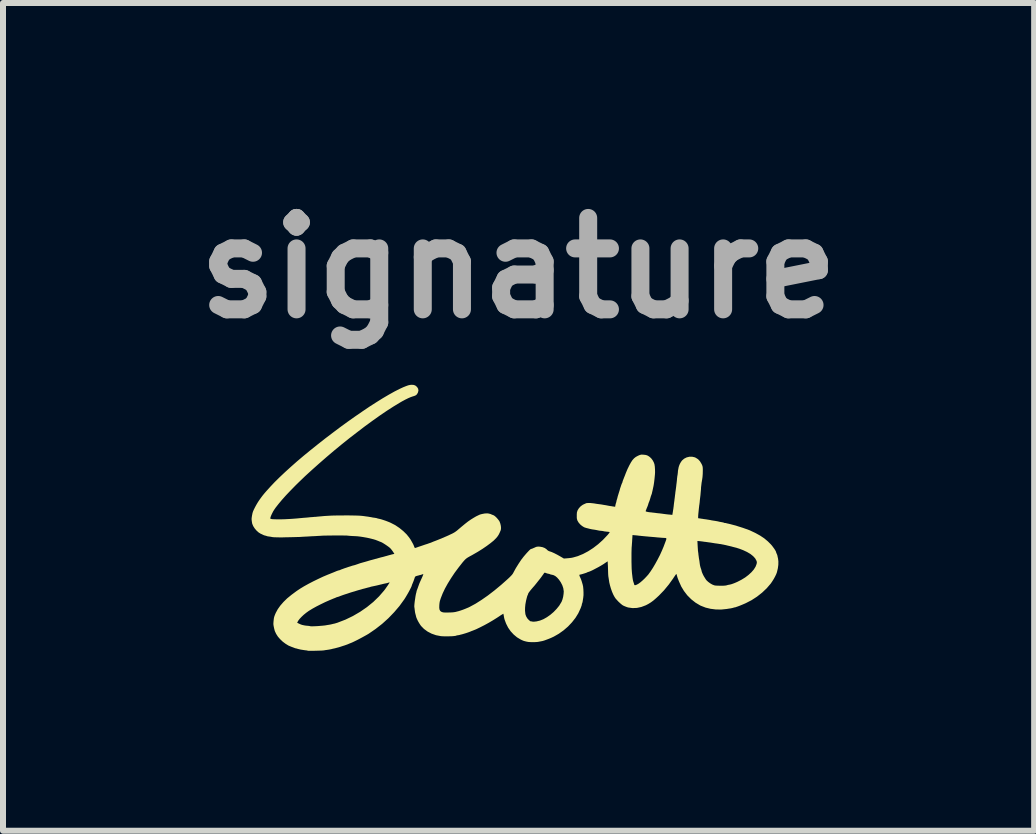
<source format=kicad_pcb>
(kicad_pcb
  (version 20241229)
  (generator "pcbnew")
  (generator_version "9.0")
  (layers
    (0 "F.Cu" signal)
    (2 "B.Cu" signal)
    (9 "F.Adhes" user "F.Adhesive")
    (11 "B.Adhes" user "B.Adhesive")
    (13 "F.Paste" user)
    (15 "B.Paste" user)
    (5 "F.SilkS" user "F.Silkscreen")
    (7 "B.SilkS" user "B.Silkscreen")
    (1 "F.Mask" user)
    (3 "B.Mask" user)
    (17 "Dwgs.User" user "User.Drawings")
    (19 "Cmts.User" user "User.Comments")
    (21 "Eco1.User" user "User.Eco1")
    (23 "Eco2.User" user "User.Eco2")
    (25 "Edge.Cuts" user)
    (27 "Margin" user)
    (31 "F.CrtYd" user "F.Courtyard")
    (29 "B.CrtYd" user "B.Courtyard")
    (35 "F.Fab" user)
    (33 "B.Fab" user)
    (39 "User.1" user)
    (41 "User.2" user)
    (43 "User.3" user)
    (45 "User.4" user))
  (footprint "signature"
    (layer "F.Cu")
    (at 5.595 5.718)
    (property "Reference" "signature" (at 0 -4.3 0) (layer "F.Fab") (effects (font (size 1.524 1.524) (thickness 0.3))))
    (attr board_only exclude_from_pos_files exclude_from_bom)
    (fp_poly (pts (xy -1.745 -2.35) (xy -1.718 -2.339) (xy -1.695 -2.319) (xy -1.691 -2.315) (xy -1.674 -2.287) (xy -1.669 -2.257) (xy -1.677 -2.225) (xy -1.68 -2.219) (xy -1.693 -2.196) (xy -1.709 -2.18) (xy -1.732 -2.169) (xy -1.763 -2.159) (xy -1.764 -2.159) (xy -1.796 -2.148) (xy -1.838 -2.13) (xy -1.887 -2.106) (xy -1.943 -2.076) (xy -1.984 -2.052) (xy -2.086 -1.99) (xy -2.195 -1.92) (xy -2.31 -1.842) (xy -2.431 -1.756) (xy -2.556 -1.665) (xy -2.683 -1.568) (xy -2.813 -1.468) (xy -2.943 -1.364) (xy -3.072 -1.258) (xy -3.199 -1.15) (xy -3.323 -1.042) (xy -3.443 -0.935) (xy -3.558 -0.83) (xy -3.666 -0.726) (xy -3.718 -0.675) (xy -3.803 -0.588) (xy -3.879 -0.508) (xy -3.944 -0.435) (xy -4 -0.368) (xy -4.048 -0.307) (xy -4.073 -0.271) (xy -4.09 -0.244) (xy -4.105 -0.215) (xy -4.119 -0.186) (xy -4.13 -0.16) (xy -4.137 -0.138) (xy -4.139 -0.124) (xy -4.136 -0.119) (xy -4.126 -0.117) (xy -4.114 -0.114) (xy -4.098 -0.112) (xy -4.072 -0.111) (xy -4.037 -0.11) (xy -3.997 -0.11) (xy -3.953 -0.11) (xy -3.909 -0.111) (xy -3.868 -0.113) (xy -3.83 -0.115) (xy -3.83 -0.115) (xy -3.794 -0.117) (xy -3.764 -0.119) (xy -3.738 -0.121) (xy -3.713 -0.123) (xy -3.688 -0.125) (xy -3.659 -0.128) (xy -3.625 -0.131) (xy -3.583 -0.135) (xy -3.53 -0.139) (xy -3.509 -0.141) (xy -3.474 -0.145) (xy -3.442 -0.147) (xy -3.418 -0.149) (xy -3.403 -0.151) (xy -3.4 -0.151) (xy -3.388 -0.151) (xy -3.368 -0.153) (xy -3.35 -0.155) (xy -3.291 -0.16) (xy -3.238 -0.165) (xy -3.187 -0.168) (xy -3.137 -0.171) (xy -3.083 -0.173) (xy -3.024 -0.174) (xy -2.957 -0.174) (xy -2.9 -0.175) (xy -2.83 -0.175) (xy -2.771 -0.174) (xy -2.721 -0.173) (xy -2.678 -0.172) (xy -2.641 -0.17) (xy -2.606 -0.167) (xy -2.573 -0.163) (xy -2.539 -0.158) (xy -2.523 -0.156) (xy -2.502 -0.153) (xy -2.48 -0.149) (xy -2.459 -0.146) (xy -2.441 -0.142) (xy -2.441 -0.142) (xy -2.424 -0.139) (xy -2.401 -0.136) (xy -2.395 -0.135) (xy -2.376 -0.132) (xy -2.363 -0.129) (xy -2.36 -0.128) (xy -2.353 -0.125) (xy -2.34 -0.122) (xy -2.318 -0.117) (xy -2.308 -0.115) (xy -2.286 -0.109) (xy -2.255 -0.099) (xy -2.219 -0.087) (xy -2.182 -0.073) (xy -2.147 -0.059) (xy -2.128 -0.05) (xy -2.056 -0.013) (xy -1.986 0.034) (xy -1.922 0.086) (xy -1.865 0.142) (xy -1.824 0.193) (xy -1.799 0.229) (xy -1.777 0.268) (xy -1.757 0.304) (xy -1.743 0.336) (xy -1.74 0.346) (xy -1.733 0.362) (xy -1.726 0.368) (xy -1.721 0.367) (xy -1.711 0.364) (xy -1.691 0.357) (xy -1.663 0.347) (xy -1.629 0.336) (xy -1.594 0.324) (xy -1.556 0.311) (xy -1.521 0.3) (xy -1.491 0.289) (xy -1.469 0.282) (xy -1.459 0.278) (xy -1.446 0.273) (xy -1.435 0.268) (xy -1.421 0.262) (xy -1.402 0.255) (xy -1.376 0.245) (xy -1.343 0.232) (xy -1.314 0.22) (xy -1.29 0.211) (xy -1.27 0.202) (xy -1.25 0.194) (xy -1.228 0.184) (xy -1.2 0.172) (xy -1.164 0.156) (xy -1.148 0.148) (xy -1.105 0.128) (xy -1.072 0.11) (xy -1.045 0.092) (xy -1.019 0.072) (xy -1.016 0.069) (xy -0.951 0.014) (xy -0.893 -0.034) (xy -0.842 -0.074) (xy -0.794 -0.107) (xy -0.749 -0.135) (xy -0.706 -0.16) (xy -0.662 -0.181) (xy -0.652 -0.186) (xy -0.628 -0.194) (xy -0.597 -0.201) (xy -0.564 -0.207) (xy -0.534 -0.209) (xy -0.513 -0.209) (xy -0.493 -0.205) (xy -0.472 -0.2) (xy -0.456 -0.194) (xy -0.453 -0.192) (xy -0.442 -0.187) (xy -0.427 -0.182) (xy -0.409 -0.174) (xy -0.387 -0.157) (xy -0.363 -0.134) (xy -0.341 -0.108) (xy -0.322 -0.083) (xy -0.315 -0.069) (xy -0.303 -0.036) (xy -0.295 0.000097) (xy -0.292 0.035) (xy -0.295 0.064) (xy -0.298 0.074) (xy -0.316 0.116) (xy -0.332 0.148) (xy -0.35 0.175) (xy -0.371 0.201) (xy -0.375 0.205) (xy -0.415 0.245) (xy -0.468 0.288) (xy -0.53 0.334) (xy -0.6 0.382) (xy -0.678 0.431) (xy -0.763 0.48) (xy -0.779 0.489) (xy -0.816 0.509) (xy -0.844 0.525) (xy -0.865 0.539) (xy -0.881 0.552) (xy -0.896 0.566) (xy -0.911 0.583) (xy -0.928 0.602) (xy -0.998 0.691) (xy -1.065 0.781) (xy -1.125 0.871) (xy -1.18 0.96) (xy -1.227 1.045) (xy -1.265 1.125) (xy -1.294 1.199) (xy -1.297 1.207) (xy -1.306 1.235) (xy -1.312 1.254) (xy -1.315 1.27) (xy -1.318 1.288) (xy -1.32 1.311) (xy -1.321 1.324) (xy -1.322 1.364) (xy -1.318 1.393) (xy -1.308 1.414) (xy -1.292 1.429) (xy -1.267 1.439) (xy -1.263 1.44) (xy -1.246 1.443) (xy -1.218 1.444) (xy -1.184 1.444) (xy -1.148 1.443) (xy -1.112 1.442) (xy -1.08 1.439) (xy -1.056 1.435) (xy -1.045 1.433) (xy -1.031 1.429) (xy -1.019 1.426) (xy -0.999 1.421) (xy -0.974 1.413) (xy 0.108 1.413) (xy 0.113 1.46) (xy 0.115 1.474) (xy 0.127 1.508) (xy 0.147 1.542) (xy 0.172 1.569) (xy 0.174 1.571) (xy 0.189 1.583) (xy 0.2 1.591) (xy 0.203 1.591) (xy 0.211 1.591) (xy 0.223 1.593) (xy 0.236 1.596) (xy 0.251 1.597) (xy 0.272 1.595) (xy 0.301 1.592) (xy 0.304 1.591) (xy 0.358 1.578) (xy 0.415 1.555) (xy 0.473 1.522) (xy 0.53 1.482) (xy 0.585 1.435) (xy 0.634 1.384) (xy 0.678 1.33) (xy 0.712 1.274) (xy 0.717 1.266) (xy 0.732 1.227) (xy 0.744 1.181) (xy 0.751 1.133) (xy 0.754 1.088) (xy 0.753 1.086) (xy 0.746 1.038) (xy 0.729 0.988) (xy 0.703 0.938) (xy 0.674 0.896) (xy 0.642 0.86) (xy 0.613 0.836) (xy 0.584 0.821) (xy 0.566 0.816) (xy 0.546 0.812) (xy 0.531 0.808) (xy 0.528 0.807) (xy 0.514 0.801) (xy 0.496 0.797) (xy 0.474 0.792) (xy 0.454 0.784) (xy 0.441 0.78) (xy 0.432 0.78) (xy 0.424 0.789) (xy 0.414 0.805) (xy 0.4 0.824) (xy 0.38 0.852) (xy 0.355 0.885) (xy 0.326 0.921) (xy 0.296 0.959) (xy 0.266 0.996) (xy 0.237 1.029) (xy 0.214 1.056) (xy 0.194 1.08) (xy 0.177 1.103) (xy 0.165 1.12) (xy 0.161 1.129) (xy 0.156 1.145) (xy 0.152 1.154) (xy 0.149 1.16) (xy 0.145 1.17) (xy 0.14 1.188) (xy 0.133 1.215) (xy 0.124 1.252) (xy 0.123 1.259) (xy 0.114 1.308) (xy 0.109 1.361) (xy 0.108 1.413) (xy -0.974 1.413) (xy -0.97 1.412) (xy -0.935 1.4) (xy -0.898 1.386) (xy -0.862 1.371) (xy -0.831 1.358) (xy -0.813 1.349) (xy -0.717 1.297) (xy -0.616 1.233) (xy -0.51 1.159) (xy -0.402 1.076) (xy -0.291 0.984) (xy -0.193 0.897) (xy -0.158 0.865) (xy -0.132 0.839) (xy -0.112 0.818) (xy -0.098 0.8) (xy -0.087 0.782) (xy -0.085 0.777) (xy -0.045 0.704) (xy 0.001 0.63) (xy 0.047 0.561) (xy 0.057 0.549) (xy 0.081 0.517) (xy 0.108 0.485) (xy 0.134 0.455) (xy 0.159 0.428) (xy 0.18 0.406) (xy 0.197 0.391) (xy 0.208 0.384) (xy 0.209 0.384) (xy 0.223 0.381) (xy 0.23 0.378) (xy 0.245 0.371) (xy 0.26 0.365) (xy 0.279 0.356) (xy 0.294 0.35) (xy 0.31 0.346) (xy 0.335 0.345) (xy 0.356 0.346) (xy 0.4 0.354) (xy 0.438 0.369) (xy 0.469 0.391) (xy 0.478 0.401) (xy 0.493 0.413) (xy 0.512 0.422) (xy 0.516 0.423) (xy 0.551 0.435) (xy 0.594 0.454) (xy 0.643 0.479) (xy 0.693 0.507) (xy 0.756 0.544) (xy 0.806 0.54) (xy 0.84 0.537) (xy 0.865 0.534) (xy 0.887 0.531) (xy 0.91 0.526) (xy 0.991 0.503) (xy 1.004 0.497) (xy 1.883 0.497) (xy 1.883 0.547) (xy 1.883 0.596) (xy 1.884 0.643) (xy 1.885 0.685) (xy 1.886 0.719) (xy 1.888 0.743) (xy 1.888 0.744) (xy 1.89 0.773) (xy 1.893 0.803) (xy 1.895 0.817) (xy 1.9 0.861) (xy 1.905 0.894) (xy 1.911 0.921) (xy 1.918 0.943) (xy 1.923 0.957) (xy 1.925 0.966) (xy 1.925 0.966) (xy 1.927 0.974) (xy 1.929 0.98) (xy 1.937 0.988) (xy 1.954 0.987) (xy 1.98 0.975) (xy 2.001 0.963) (xy 2.031 0.941) (xy 2.066 0.911) (xy 2.102 0.877) (xy 2.136 0.841) (xy 2.163 0.811) (xy 2.2 0.76) (xy 2.24 0.699) (xy 2.28 0.631) (xy 2.32 0.558) (xy 2.358 0.484) (xy 2.391 0.411) (xy 2.42 0.342) (xy 2.423 0.334) (xy 2.431 0.312) (xy 2.441 0.286) (xy 2.447 0.27) (xy 2.454 0.251) (xy 2.982 0.251) (xy 2.986 0.331) (xy 2.988 0.364) (xy 2.99 0.392) (xy 2.991 0.414) (xy 2.993 0.426) (xy 2.995 0.44) (xy 2.998 0.462) (xy 2.999 0.476) (xy 3.003 0.506) (xy 3.007 0.537) (xy 3.009 0.549) (xy 3.014 0.576) (xy 3.018 0.604) (xy 3.019 0.615) (xy 3.022 0.637) (xy 3.025 0.656) (xy 3.026 0.66) (xy 3.03 0.677) (xy 3.032 0.686) (xy 3.037 0.701) (xy 3.042 0.716) (xy 3.049 0.737) (xy 3.052 0.753) (xy 3.059 0.775) (xy 3.071 0.803) (xy 3.087 0.835) (xy 3.106 0.866) (xy 3.123 0.893) (xy 3.135 0.908) (xy 3.162 0.933) (xy 3.195 0.957) (xy 3.229 0.977) (xy 3.262 0.99) (xy 3.271 0.992) (xy 3.289 0.995) (xy 3.317 0.996) (xy 3.348 0.997) (xy 3.382 0.997) (xy 3.414 0.997) (xy 3.44 0.995) (xy 3.459 0.993) (xy 3.463 0.992) (xy 3.48 0.987) (xy 3.496 0.983) (xy 3.524 0.978) (xy 3.548 0.972) (xy 3.571 0.964) (xy 3.598 0.954) (xy 3.631 0.94) (xy 3.651 0.931) (xy 3.717 0.897) (xy 3.779 0.859) (xy 3.834 0.817) (xy 3.883 0.772) (xy 3.922 0.727) (xy 3.951 0.681) (xy 3.966 0.643) (xy 3.972 0.621) (xy 3.973 0.606) (xy 3.97 0.59) (xy 3.966 0.579) (xy 3.945 0.541) (xy 3.911 0.504) (xy 3.866 0.468) (xy 3.81 0.435) (xy 3.744 0.404) (xy 3.681 0.38) (xy 3.655 0.372) (xy 3.634 0.365) (xy 3.62 0.361) (xy 3.618 0.361) (xy 3.606 0.358) (xy 3.587 0.353) (xy 3.578 0.351) (xy 3.561 0.346) (xy 3.549 0.343) (xy 3.547 0.342) (xy 3.541 0.341) (xy 3.525 0.337) (xy 3.508 0.333) (xy 3.478 0.326) (xy 3.458 0.321) (xy 3.445 0.318) (xy 3.434 0.316) (xy 3.426 0.314) (xy 3.406 0.31) (xy 3.393 0.308) (xy 3.376 0.304) (xy 3.354 0.301) (xy 3.35 0.301) (xy 3.334 0.298) (xy 3.307 0.294) (xy 3.275 0.29) (xy 3.24 0.284) (xy 3.238 0.284) (xy 3.203 0.278) (xy 3.17 0.274) (xy 3.144 0.27) (xy 3.126 0.268) (xy 3.125 0.267) (xy 3.102 0.265) (xy 3.081 0.262) (xy 3.079 0.261) (xy 3.061 0.259) (xy 3.037 0.256) (xy 3.02 0.254) (xy 2.982 0.251) (xy 2.454 0.251) (xy 2.458 0.24) (xy 2.464 0.221) (xy 2.464 0.209) (xy 2.459 0.203) (xy 2.449 0.201) (xy 2.449 0.201) (xy 2.433 0.2) (xy 2.41 0.199) (xy 2.383 0.197) (xy 2.381 0.197) (xy 2.347 0.194) (xy 2.309 0.191) (xy 2.282 0.188) (xy 2.257 0.186) (xy 2.223 0.183) (xy 2.184 0.18) (xy 2.143 0.176) (xy 2.13 0.175) (xy 2.088 0.171) (xy 2.056 0.168) (xy 2.03 0.165) (xy 2.007 0.163) (xy 1.984 0.16) (xy 1.956 0.157) (xy 1.94 0.156) (xy 1.9 0.152) (xy 1.895 0.23) (xy 1.893 0.266) (xy 1.89 0.303) (xy 1.888 0.336) (xy 1.886 0.354) (xy 1.885 0.376) (xy 1.884 0.41) (xy 1.883 0.451) (xy 1.883 0.497) (xy 1.004 0.497) (xy 1.075 0.468) (xy 1.16 0.423) (xy 1.245 0.368) (xy 1.327 0.305) (xy 1.406 0.234) (xy 1.479 0.157) (xy 1.491 0.144) (xy 1.506 0.125) (xy 1.516 0.111) (xy 1.52 0.103) (xy 1.52 0.103) (xy 1.513 0.101) (xy 1.496 0.098) (xy 1.472 0.096) (xy 1.471 0.096) (xy 1.448 0.093) (xy 1.43 0.091) (xy 1.422 0.089) (xy 1.422 0.089) (xy 1.413 0.087) (xy 1.396 0.084) (xy 1.378 0.082) (xy 1.355 0.08) (xy 1.337 0.077) (xy 1.328 0.075) (xy 1.294 0.068) (xy 1.26 0.062) (xy 1.23 0.058) (xy 1.195 0.051) (xy 1.16 0.042) (xy 1.128 0.034) (xy 1.103 0.026) (xy 1.093 0.022) (xy 1.059 0.001) (xy 1.027 -0.026) (xy 1 -0.058) (xy 0.981 -0.091) (xy 0.973 -0.119) (xy 0.971 -0.139) (xy 0.971 -0.167) (xy 0.971 -0.195) (xy 0.973 -0.218) (xy 0.973 -0.225) (xy 0.985 -0.261) (xy 1.007 -0.296) (xy 1.037 -0.328) (xy 1.072 -0.353) (xy 1.089 -0.361) (xy 1.109 -0.37) (xy 1.126 -0.378) (xy 1.129 -0.379) (xy 1.142 -0.381) (xy 1.165 -0.382) (xy 1.194 -0.382) (xy 1.224 -0.379) (xy 1.252 -0.376) (xy 1.26 -0.375) (xy 1.295 -0.369) (xy 1.338 -0.363) (xy 1.363 -0.36) (xy 1.384 -0.357) (xy 1.412 -0.352) (xy 1.442 -0.347) (xy 1.445 -0.347) (xy 1.481 -0.34) (xy 1.507 -0.335) (xy 1.531 -0.331) (xy 1.554 -0.328) (xy 1.556 -0.327) (xy 1.577 -0.324) (xy 1.595 -0.321) (xy 1.609 -0.32) (xy 1.612 -0.325) (xy 1.615 -0.347) (xy 1.621 -0.37) (xy 1.626 -0.388) (xy 1.628 -0.392) (xy 1.632 -0.401) (xy 1.631 -0.403) (xy 1.631 -0.409) (xy 1.635 -0.424) (xy 1.638 -0.435) (xy 1.645 -0.457) (xy 1.65 -0.477) (xy 1.651 -0.482) (xy 1.655 -0.497) (xy 1.662 -0.519) (xy 1.668 -0.539) (xy 1.675 -0.561) (xy 1.681 -0.58) (xy 1.684 -0.589) (xy 1.688 -0.604) (xy 1.694 -0.627) (xy 1.703 -0.652) (xy 1.711 -0.677) (xy 1.719 -0.699) (xy 1.725 -0.713) (xy 1.727 -0.717) (xy 1.733 -0.729) (xy 1.733 -0.733) (xy 1.736 -0.745) (xy 1.742 -0.762) (xy 1.742 -0.763) (xy 1.749 -0.779) (xy 1.758 -0.803) (xy 1.769 -0.83) (xy 1.773 -0.84) (xy 1.787 -0.877) (xy 1.799 -0.906) (xy 1.809 -0.93) (xy 1.819 -0.953) (xy 1.832 -0.979) (xy 1.847 -1.01) (xy 1.874 -1.059) (xy 1.899 -1.097) (xy 1.926 -1.127) (xy 1.955 -1.15) (xy 1.99 -1.169) (xy 1.99 -1.169) (xy 2.015 -1.18) (xy 2.034 -1.186) (xy 2.051 -1.189) (xy 2.072 -1.188) (xy 2.086 -1.187) (xy 2.114 -1.184) (xy 2.135 -1.179) (xy 2.153 -1.172) (xy 2.174 -1.159) (xy 2.19 -1.147) (xy 2.214 -1.124) (xy 2.237 -1.093) (xy 2.255 -1.059) (xy 2.266 -1.028) (xy 2.272 -0.989) (xy 2.275 -0.943) (xy 2.276 -0.895) (xy 2.274 -0.858) (xy 2.267 -0.786) (xy 2.26 -0.727) (xy 2.253 -0.681) (xy 2.248 -0.655) (xy 2.243 -0.633) (xy 2.239 -0.613) (xy 2.238 -0.609) (xy 2.234 -0.59) (xy 2.229 -0.569) (xy 2.229 -0.569) (xy 2.225 -0.552) (xy 2.223 -0.541) (xy 2.223 -0.541) (xy 2.22 -0.532) (xy 2.214 -0.516) (xy 2.212 -0.511) (xy 2.204 -0.488) (xy 2.197 -0.462) (xy 2.195 -0.457) (xy 2.188 -0.432) (xy 2.178 -0.405) (xy 2.176 -0.4) (xy 2.168 -0.381) (xy 2.164 -0.367) (xy 2.163 -0.364) (xy 2.16 -0.353) (xy 2.154 -0.336) (xy 2.154 -0.335) (xy 2.146 -0.316) (xy 2.136 -0.292) (xy 2.133 -0.284) (xy 2.126 -0.265) (xy 2.12 -0.251) (xy 2.119 -0.247) (xy 2.123 -0.241) (xy 2.139 -0.236) (xy 2.169 -0.23) (xy 2.193 -0.227) (xy 2.216 -0.225) (xy 2.237 -0.222) (xy 2.239 -0.222) (xy 2.257 -0.22) (xy 2.282 -0.217) (xy 2.295 -0.215) (xy 2.32 -0.212) (xy 2.352 -0.209) (xy 2.383 -0.205) (xy 2.385 -0.205) (xy 2.412 -0.201) (xy 2.436 -0.198) (xy 2.452 -0.196) (xy 2.454 -0.195) (xy 2.469 -0.194) (xy 2.492 -0.191) (xy 2.518 -0.189) (xy 2.564 -0.184) (xy 2.573 -0.236) (xy 2.577 -0.263) (xy 2.581 -0.287) (xy 2.583 -0.303) (xy 2.583 -0.304) (xy 2.586 -0.324) (xy 2.589 -0.353) (xy 2.593 -0.386) (xy 2.598 -0.42) (xy 2.601 -0.45) (xy 2.603 -0.46) (xy 2.605 -0.478) (xy 2.608 -0.503) (xy 2.609 -0.513) (xy 2.612 -0.533) (xy 2.615 -0.562) (xy 2.62 -0.596) (xy 2.624 -0.625) (xy 2.629 -0.664) (xy 2.632 -0.693) (xy 2.635 -0.715) (xy 2.637 -0.733) (xy 2.639 -0.75) (xy 2.641 -0.77) (xy 2.642 -0.787) (xy 2.645 -0.811) (xy 2.647 -0.83) (xy 2.649 -0.84) (xy 2.649 -0.84) (xy 2.651 -0.848) (xy 2.653 -0.866) (xy 2.656 -0.89) (xy 2.656 -0.893) (xy 2.658 -0.918) (xy 2.661 -0.936) (xy 2.663 -0.946) (xy 2.663 -0.947) (xy 2.665 -0.956) (xy 2.668 -0.972) (xy 2.668 -0.974) (xy 2.676 -1.001) (xy 2.689 -1.033) (xy 2.707 -1.065) (xy 2.726 -1.091) (xy 2.727 -1.092) (xy 2.761 -1.121) (xy 2.802 -1.142) (xy 2.847 -1.153) (xy 2.893 -1.154) (xy 2.937 -1.144) (xy 2.953 -1.137) (xy 2.993 -1.112) (xy 3.025 -1.077) (xy 3.052 -1.032) (xy 3.052 -1.032) (xy 3.062 -1.01) (xy 3.068 -0.991) (xy 3.071 -0.97) (xy 3.072 -0.944) (xy 3.072 -0.926) (xy 3.071 -0.869) (xy 3.067 -0.814) (xy 3.06 -0.766) (xy 3.058 -0.759) (xy 3.055 -0.737) (xy 3.052 -0.722) (xy 3.047 -0.678) (xy 3.043 -0.646) (xy 3.042 -0.626) (xy 3.042 -0.618) (xy 3.041 -0.607) (xy 3.039 -0.584) (xy 3.036 -0.553) (xy 3.033 -0.516) (xy 3.028 -0.475) (xy 3.023 -0.432) (xy 3.019 -0.389) (xy 3.014 -0.35) (xy 3.013 -0.347) (xy 3.006 -0.286) (xy 3.001 -0.236) (xy 2.997 -0.197) (xy 2.995 -0.169) (xy 2.994 -0.129) (xy 3.027 -0.124) (xy 3.051 -0.12) (xy 3.075 -0.117) (xy 3.082 -0.115) (xy 3.106 -0.112) (xy 3.129 -0.109) (xy 3.146 -0.106) (xy 3.172 -0.102) (xy 3.201 -0.097) (xy 3.208 -0.095) (xy 3.237 -0.09) (xy 3.264 -0.086) (xy 3.284 -0.083) (xy 3.287 -0.082) (xy 3.306 -0.079) (xy 3.321 -0.076) (xy 3.322 -0.076) (xy 3.35 -0.069) (xy 3.39 -0.062) (xy 3.41 -0.058) (xy 3.426 -0.053) (xy 3.428 -0.052) (xy 3.437 -0.048) (xy 3.44 -0.049) (xy 3.445 -0.049) (xy 3.459 -0.047) (xy 3.464 -0.045) (xy 3.485 -0.04) (xy 3.503 -0.036) (xy 3.505 -0.036) (xy 3.52 -0.032) (xy 3.541 -0.027) (xy 3.558 -0.022) (xy 3.579 -0.017) (xy 3.595 -0.012) (xy 3.602 -0.011) (xy 3.627 -0.004) (xy 3.66 0.007) (xy 3.699 0.019) (xy 3.74 0.032) (xy 3.779 0.046) (xy 3.815 0.058) (xy 3.843 0.069) (xy 3.856 0.074) (xy 3.947 0.117) (xy 4.027 0.161) (xy 4.096 0.207) (xy 4.157 0.258) (xy 4.205 0.306) (xy 4.226 0.33) (xy 4.246 0.357) (xy 4.265 0.383) (xy 4.28 0.407) (xy 4.29 0.425) (xy 4.293 0.435) (xy 4.296 0.445) (xy 4.302 0.46) (xy 4.302 0.46) (xy 4.311 0.48) (xy 4.316 0.496) (xy 4.319 0.513) (xy 4.324 0.535) (xy 4.326 0.542) (xy 4.332 0.592) (xy 4.331 0.649) (xy 4.323 0.708) (xy 4.309 0.767) (xy 4.306 0.778) (xy 4.294 0.809) (xy 4.276 0.846) (xy 4.254 0.886) (xy 4.23 0.924) (xy 4.207 0.958) (xy 4.204 0.962) (xy 4.138 1.039) (xy 4.061 1.112) (xy 3.976 1.179) (xy 3.885 1.238) (xy 3.79 1.287) (xy 3.777 1.293) (xy 3.749 1.305) (xy 3.718 1.318) (xy 3.686 1.331) (xy 3.657 1.342) (xy 3.633 1.35) (xy 3.617 1.356) (xy 3.612 1.357) (xy 3.604 1.358) (xy 3.588 1.362) (xy 3.582 1.364) (xy 3.57 1.367) (xy 3.56 1.37) (xy 3.549 1.372) (xy 3.534 1.375) (xy 3.512 1.378) (xy 3.481 1.383) (xy 3.469 1.385) (xy 3.38 1.394) (xy 3.29 1.393) (xy 3.202 1.382) (xy 3.119 1.362) (xy 3.042 1.332) (xy 3.027 1.325) (xy 2.95 1.279) (xy 2.879 1.223) (xy 2.814 1.158) (xy 2.758 1.085) (xy 2.712 1.009) (xy 2.706 0.995) (xy 2.675 0.926) (xy 2.652 0.867) (xy 2.637 0.816) (xy 2.636 0.811) (xy 2.634 0.805) (xy 2.631 0.802) (xy 2.626 0.806) (xy 2.617 0.817) (xy 2.604 0.836) (xy 2.585 0.864) (xy 2.579 0.874) (xy 2.505 0.977) (xy 2.425 1.074) (xy 2.341 1.161) (xy 2.291 1.207) (xy 2.247 1.245) (xy 2.206 1.275) (xy 2.164 1.301) (xy 2.122 1.323) (xy 2.048 1.351) (xy 1.974 1.367) (xy 1.9 1.37) (xy 1.829 1.36) (xy 1.818 1.357) (xy 1.808 1.354) (xy 1.795 1.349) (xy 1.777 1.342) (xy 1.753 1.332) (xy 1.73 1.319) (xy 1.702 1.296) (xy 1.668 1.265) (xy 1.667 1.264) (xy 1.639 1.234) (xy 1.617 1.209) (xy 1.6 1.183) (xy 1.583 1.152) (xy 1.579 1.144) (xy 1.559 1.098) (xy 1.54 1.044) (xy 1.524 0.989) (xy 1.512 0.938) (xy 1.512 0.936) (xy 1.506 0.897) (xy 1.501 0.864) (xy 1.497 0.84) (xy 1.496 0.827) (xy 1.496 0.827) (xy 1.495 0.817) (xy 1.494 0.797) (xy 1.493 0.768) (xy 1.492 0.733) (xy 1.491 0.704) (xy 1.49 0.667) (xy 1.488 0.635) (xy 1.487 0.611) (xy 1.486 0.595) (xy 1.486 0.591) (xy 1.48 0.594) (xy 1.466 0.603) (xy 1.445 0.617) (xy 1.422 0.633) (xy 1.398 0.648) (xy 1.368 0.666) (xy 1.333 0.686) (xy 1.297 0.705) (xy 1.261 0.724) (xy 1.228 0.741) (xy 1.199 0.754) (xy 1.177 0.763) (xy 1.164 0.767) (xy 1.164 0.767) (xy 1.151 0.771) (xy 1.147 0.773) (xy 1.138 0.778) (xy 1.119 0.785) (xy 1.094 0.793) (xy 1.068 0.801) (xy 1.043 0.808) (xy 1.023 0.812) (xy 1.017 0.813) (xy 1.014 0.819) (xy 1.017 0.834) (xy 1.026 0.856) (xy 1.03 0.863) (xy 1.04 0.886) (xy 1.051 0.917) (xy 1.061 0.95) (xy 1.07 0.981) (xy 1.075 1.005) (xy 1.076 1.008) (xy 1.081 1.058) (xy 1.083 1.108) (xy 1.083 1.154) (xy 1.079 1.192) (xy 1.079 1.194) (xy 1.073 1.232) (xy 1.069 1.259) (xy 1.065 1.277) (xy 1.061 1.29) (xy 1.057 1.298) (xy 1.054 1.307) (xy 1.055 1.31) (xy 1.056 1.312) (xy 1.054 1.32) (xy 1.048 1.336) (xy 1.039 1.362) (xy 1.032 1.379) (xy 0.996 1.457) (xy 0.949 1.533) (xy 0.891 1.607) (xy 0.825 1.677) (xy 0.751 1.741) (xy 0.671 1.798) (xy 0.587 1.846) (xy 0.576 1.851) (xy 0.544 1.866) (xy 0.508 1.881) (xy 0.471 1.895) (xy 0.436 1.908) (xy 0.407 1.917) (xy 0.39 1.921) (xy 0.374 1.924) (xy 0.352 1.928) (xy 0.338 1.931) (xy 0.311 1.935) (xy 0.276 1.937) (xy 0.238 1.938) (xy 0.201 1.937) (xy 0.168 1.935) (xy 0.144 1.931) (xy 0.142 1.931) (xy 0.122 1.926) (xy 0.105 1.922) (xy 0.103 1.921) (xy 0.09 1.918) (xy 0.075 1.912) (xy 0.054 1.903) (xy 0.032 1.892) (xy -0.026 1.857) (xy -0.081 1.811) (xy -0.131 1.757) (xy -0.173 1.697) (xy -0.206 1.632) (xy -0.212 1.617) (xy -0.224 1.585) (xy -0.232 1.563) (xy -0.237 1.546) (xy -0.24 1.531) (xy -0.241 1.528) (xy -0.246 1.498) (xy -0.25 1.477) (xy -0.253 1.465) (xy -0.254 1.464) (xy -0.259 1.467) (xy -0.274 1.476) (xy -0.297 1.49) (xy -0.325 1.509) (xy -0.354 1.528) (xy -0.424 1.572) (xy -0.497 1.615) (xy -0.57 1.655) (xy -0.641 1.691) (xy -0.707 1.723) (xy -0.767 1.747) (xy -0.781 1.752) (xy -0.8 1.76) (xy -0.816 1.766) (xy -0.817 1.767) (xy -0.831 1.772) (xy -0.854 1.78) (xy -0.881 1.789) (xy -0.908 1.797) (xy -0.931 1.804) (xy -0.947 1.808) (xy -0.949 1.809) (xy -0.965 1.812) (xy -0.972 1.815) (xy -0.985 1.818) (xy -1.004 1.822) (xy -1.008 1.822) (xy -1.025 1.825) (xy -1.037 1.828) (xy -1.038 1.829) (xy -1.051 1.833) (xy -1.075 1.836) (xy -1.106 1.839) (xy -1.143 1.84) (xy -1.182 1.841) (xy -1.221 1.841) (xy -1.258 1.84) (xy -1.289 1.838) (xy -1.298 1.837) (xy -1.376 1.822) (xy -1.45 1.796) (xy -1.517 1.761) (xy -1.577 1.717) (xy -1.625 1.668) (xy -1.642 1.644) (xy -1.661 1.614) (xy -1.679 1.582) (xy -1.694 1.55) (xy -1.705 1.523) (xy -1.709 1.508) (xy -1.713 1.49) (xy -1.719 1.469) (xy -1.719 1.468) (xy -1.724 1.449) (xy -1.728 1.423) (xy -1.73 1.406) (xy -1.733 1.382) (xy -1.735 1.364) (xy -1.737 1.356) (xy -1.738 1.342) (xy -1.737 1.319) (xy -1.734 1.288) (xy -1.73 1.253) (xy -1.724 1.215) (xy -1.719 1.179) (xy -1.713 1.146) (xy -1.707 1.12) (xy -1.706 1.118) (xy -1.702 1.101) (xy -1.7 1.091) (xy -1.7 1.09) (xy -1.698 1.081) (xy -1.692 1.065) (xy -1.686 1.05) (xy -1.677 1.025) (xy -1.668 0.999) (xy -1.664 0.989) (xy -1.656 0.966) (xy -1.645 0.94) (xy -1.642 0.933) (xy -1.622 0.889) (xy -1.607 0.856) (xy -1.597 0.832) (xy -1.591 0.816) (xy -1.588 0.807) (xy -1.589 0.803) (xy -1.592 0.803) (xy -1.598 0.805) (xy -1.602 0.807) (xy -1.62 0.813) (xy -1.637 0.818) (xy -1.652 0.821) (xy -1.66 0.824) (xy -1.66 0.824) (xy -1.668 0.826) (xy -1.684 0.83) (xy -1.694 0.833) (xy -1.711 0.838) (xy -1.722 0.845) (xy -1.729 0.857) (xy -1.736 0.878) (xy -1.736 0.879) (xy -1.751 0.921) (xy -1.766 0.958) (xy -1.773 0.974) (xy -1.778 0.987) (xy -1.779 0.993) (xy -1.783 1.005) (xy -1.792 1.025) (xy -1.806 1.053) (xy -1.823 1.086) (xy -1.843 1.122) (xy -1.864 1.158) (xy -1.885 1.193) (xy -1.905 1.225) (xy -1.909 1.23) (xy -1.985 1.335) (xy -2.073 1.438) (xy -2.169 1.538) (xy -2.273 1.632) (xy -2.383 1.718) (xy -2.495 1.795) (xy -2.501 1.799) (xy -2.53 1.816) (xy -2.566 1.836) (xy -2.606 1.858) (xy -2.649 1.881) (xy -2.691 1.903) (xy -2.73 1.922) (xy -2.763 1.938) (xy -2.788 1.949) (xy -2.791 1.95) (xy -2.814 1.959) (xy -2.835 1.968) (xy -2.835 1.968) (xy -2.849 1.974) (xy -2.871 1.982) (xy -2.899 1.992) (xy -2.928 2.001) (xy -2.955 2.01) (xy -2.976 2.017) (xy -2.986 2.02) (xy -2.996 2.023) (xy -3.014 2.028) (xy -3.023 2.03) (xy -3.045 2.036) (xy -3.064 2.041) (xy -3.069 2.042) (xy -3.088 2.046) (xy -3.099 2.048) (xy -3.11 2.052) (xy -3.112 2.052) (xy -3.125 2.055) (xy -3.144 2.059) (xy -3.173 2.064) (xy -3.201 2.068) (xy -3.224 2.071) (xy -3.244 2.075) (xy -3.257 2.076) (xy -3.28 2.078) (xy -3.309 2.079) (xy -3.344 2.08) (xy -3.38 2.081) (xy -3.417 2.082) (xy -3.451 2.082) (xy -3.479 2.082) (xy -3.501 2.082) (xy -3.512 2.081) (xy -3.513 2.081) (xy -3.521 2.078) (xy -3.537 2.075) (xy -3.549 2.074) (xy -3.572 2.071) (xy -3.592 2.068) (xy -3.598 2.067) (xy -3.617 2.064) (xy -3.638 2.061) (xy -3.638 2.06) (xy -3.661 2.055) (xy -3.684 2.049) (xy -3.7 2.044) (xy -3.71 2.042) (xy -3.711 2.042) (xy -3.72 2.04) (xy -3.737 2.034) (xy -3.76 2.025) (xy -3.785 2.016) (xy -3.809 2.006) (xy -3.828 1.998) (xy -3.837 1.994) (xy -3.884 1.965) (xy -3.931 1.93) (xy -3.974 1.889) (xy -4.011 1.847) (xy -4.038 1.805) (xy -4.041 1.8) (xy -4.052 1.777) (xy -4.061 1.758) (xy -4.065 1.747) (xy -4.065 1.747) (xy -4.075 1.708) (xy -4.081 1.679) (xy -4.085 1.657) (xy -4.087 1.639) (xy -4.087 1.621) (xy -4.086 1.614) (xy -3.691 1.614) (xy -3.659 1.63) (xy -3.637 1.64) (xy -3.618 1.647) (xy -3.611 1.65) (xy -3.591 1.654) (xy -3.578 1.657) (xy -3.563 1.66) (xy -3.54 1.663) (xy -3.519 1.665) (xy -3.496 1.667) (xy -3.48 1.67) (xy -3.473 1.672) (xy -3.464 1.673) (xy -3.445 1.674) (xy -3.418 1.673) (xy -3.385 1.672) (xy -3.348 1.67) (xy -3.311 1.667) (xy -3.275 1.664) (xy -3.243 1.661) (xy -3.218 1.658) (xy -3.215 1.657) (xy -3.179 1.651) (xy -3.153 1.647) (xy -3.136 1.644) (xy -3.125 1.641) (xy -3.117 1.64) (xy -3.111 1.638) (xy -3.11 1.638) (xy -3.095 1.634) (xy -3.081 1.631) (xy -3.066 1.628) (xy -3.043 1.621) (xy -3.017 1.613) (xy -3.012 1.611) (xy -2.885 1.562) (xy -2.761 1.502) (xy -2.641 1.432) (xy -2.528 1.354) (xy -2.422 1.268) (xy -2.326 1.175) (xy -2.242 1.078) (xy -2.229 1.061) (xy -2.213 1.039) (xy -2.196 1.014) (xy -2.179 0.99) (xy -2.165 0.968) (xy -2.154 0.952) (xy -2.15 0.943) (xy -2.15 0.943) (xy -2.155 0.942) (xy -2.165 0.945) (xy -2.184 0.951) (xy -2.2 0.955) (xy -2.235 0.962) (xy -2.261 0.968) (xy -2.276 0.972) (xy -2.289 0.975) (xy -2.307 0.979) (xy -2.318 0.982) (xy -2.359 0.992) (xy -2.401 1.001) (xy -2.439 1.009) (xy -2.458 1.013) (xy -2.471 1.017) (xy -2.48 1.02) (xy -2.489 1.023) (xy -2.504 1.026) (xy -2.512 1.028) (xy -2.534 1.034) (xy -2.563 1.042) (xy -2.596 1.05) (xy -2.628 1.06) (xy -2.658 1.068) (xy -2.68 1.074) (xy -2.689 1.077) (xy -2.706 1.082) (xy -2.73 1.09) (xy -2.748 1.095) (xy -2.779 1.104) (xy -2.814 1.115) (xy -2.852 1.128) (xy -2.89 1.14) (xy -2.926 1.152) (xy -2.956 1.163) (xy -2.978 1.171) (xy -2.987 1.175) (xy -3.004 1.181) (xy -3.015 1.184) (xy -3.016 1.184) (xy -3.027 1.187) (xy -3.035 1.19) (xy -3.048 1.196) (xy -3.067 1.204) (xy -3.076 1.207) (xy -3.148 1.237) (xy -3.223 1.27) (xy -3.297 1.306) (xy -3.368 1.342) (xy -3.433 1.378) (xy -3.489 1.412) (xy -3.497 1.417) (xy -3.54 1.448) (xy -3.582 1.482) (xy -3.619 1.517) (xy -3.65 1.55) (xy -3.672 1.579) (xy -3.676 1.586) (xy -3.691 1.614) (xy -4.086 1.614) (xy -4.086 1.604) (xy -4.082 1.565) (xy -4.078 1.534) (xy -4.07 1.505) (xy -4.058 1.474) (xy -4.047 1.449) (xy -4.014 1.388) (xy -3.972 1.329) (xy -3.92 1.269) (xy -3.858 1.208) (xy -3.783 1.147) (xy -3.698 1.084) (xy -3.641 1.046) (xy -3.575 1.006) (xy -3.501 0.965) (xy -3.422 0.924) (xy -3.34 0.884) (xy -3.259 0.846) (xy -3.181 0.813) (xy -3.158 0.804) (xy -3.121 0.789) (xy -3.086 0.775) (xy -3.057 0.763) (xy -3.036 0.754) (xy -3.025 0.75) (xy -3.008 0.744) (xy -2.996 0.741) (xy -2.995 0.741) (xy -2.983 0.738) (xy -2.969 0.732) (xy -2.956 0.726) (xy -2.933 0.718) (xy -2.904 0.707) (xy -2.87 0.696) (xy -2.836 0.684) (xy -2.803 0.674) (xy -2.776 0.665) (xy -2.756 0.659) (xy -2.749 0.658) (xy -2.734 0.654) (xy -2.712 0.647) (xy -2.687 0.638) (xy -2.685 0.638) (xy -2.661 0.629) (xy -2.64 0.622) (xy -2.628 0.618) (xy -2.627 0.618) (xy -2.615 0.615) (xy -2.595 0.609) (xy -2.58 0.605) (xy -2.555 0.598) (xy -2.531 0.591) (xy -2.52 0.588) (xy -2.498 0.581) (xy -2.477 0.575) (xy -2.46 0.57) (xy -2.436 0.564) (xy -2.418 0.559) (xy -2.396 0.553) (xy -2.379 0.548) (xy -2.371 0.547) (xy -2.338 0.537) (xy -2.316 0.531) (xy -2.302 0.527) (xy -2.295 0.525) (xy -2.282 0.522) (xy -2.261 0.517) (xy -2.239 0.511) (xy -2.218 0.505) (xy -2.203 0.501) (xy -2.199 0.5) (xy -2.168 0.491) (xy -2.146 0.485) (xy -2.13 0.481) (xy -2.117 0.477) (xy -2.105 0.474) (xy -2.091 0.471) (xy -2.07 0.466) (xy -2.095 0.427) (xy -2.113 0.402) (xy -2.132 0.379) (xy -2.147 0.364) (xy -2.166 0.349) (xy -2.191 0.331) (xy -2.219 0.312) (xy -2.247 0.294) (xy -2.272 0.279) (xy -2.29 0.27) (xy -2.295 0.268) (xy -2.312 0.262) (xy -2.333 0.253) (xy -2.338 0.251) (xy -2.361 0.242) (xy -2.387 0.232) (xy -2.411 0.225) (xy -2.424 0.221) (xy -2.434 0.219) (xy -2.452 0.214) (xy -2.461 0.212) (xy -2.485 0.206) (xy -2.504 0.202) (xy -2.522 0.198) (xy -2.543 0.194) (xy -2.573 0.189) (xy -2.576 0.188) (xy -2.608 0.183) (xy -2.634 0.179) (xy -2.658 0.176) (xy -2.684 0.173) (xy -2.715 0.171) (xy -2.756 0.169) (xy -2.762 0.169) (xy -2.793 0.167) (xy -2.82 0.165) (xy -2.84 0.163) (xy -2.85 0.162) (xy -2.859 0.161) (xy -2.879 0.16) (xy -2.908 0.16) (xy -2.945 0.159) (xy -2.987 0.159) (xy -3.032 0.159) (xy -3.078 0.159) (xy -3.123 0.16) (xy -3.165 0.16) (xy -3.203 0.161) (xy -3.233 0.161) (xy -3.254 0.162) (xy -3.275 0.163) (xy -3.306 0.165) (xy -3.346 0.167) (xy -3.391 0.17) (xy -3.439 0.172) (xy -3.476 0.174) (xy -3.523 0.177) (xy -3.565 0.179) (xy -3.602 0.181) (xy -3.631 0.183) (xy -3.65 0.184) (xy -3.658 0.185) (xy -3.667 0.185) (xy -3.687 0.185) (xy -3.717 0.186) (xy -3.756 0.187) (xy -3.8 0.188) (xy -3.849 0.189) (xy -3.863 0.189) (xy -3.933 0.191) (xy -3.991 0.191) (xy -4.037 0.19) (xy -4.073 0.189) (xy -4.099 0.187) (xy -4.104 0.186) (xy -4.131 0.181) (xy -4.157 0.177) (xy -4.173 0.175) (xy -4.19 0.172) (xy -4.201 0.168) (xy -4.201 0.168) (xy -4.212 0.164) (xy -4.222 0.162) (xy -4.24 0.157) (xy -4.25 0.153) (xy -4.263 0.147) (xy -4.283 0.137) (xy -4.296 0.132) (xy -4.332 0.11) (xy -4.367 0.079) (xy -4.398 0.043) (xy -4.423 0.004) (xy -4.439 -0.034) (xy -4.442 -0.046) (xy -4.447 -0.078) (xy -4.45 -0.103) (xy -4.45 -0.126) (xy -4.447 -0.15) (xy -4.442 -0.18) (xy -4.435 -0.215) (xy -4.427 -0.24) (xy -4.413 -0.272) (xy -4.394 -0.31) (xy -4.373 -0.349) (xy -4.35 -0.388) (xy -4.336 -0.41) (xy -4.312 -0.445) (xy -4.288 -0.478) (xy -4.263 -0.511) (xy -4.235 -0.545) (xy -4.202 -0.583) (xy -4.162 -0.627) (xy -4.137 -0.655) (xy -4.066 -0.73) (xy -3.985 -0.81) (xy -3.895 -0.895) (xy -3.797 -0.984) (xy -3.693 -1.076) (xy -3.582 -1.17) (xy -3.466 -1.265) (xy -3.346 -1.361) (xy -3.224 -1.457) (xy -3.099 -1.552) (xy -2.974 -1.646) (xy -2.849 -1.737) (xy -2.726 -1.824) (xy -2.604 -1.908) (xy -2.486 -1.988) (xy -2.372 -2.061) (xy -2.263 -2.129) (xy -2.161 -2.189) (xy -2.066 -2.242) (xy -1.981 -2.285) (xy -1.925 -2.311) (xy -1.878 -2.33) (xy -1.839 -2.344) (xy -1.806 -2.351) (xy -1.779 -2.353)) (stroke (width 0) (type solid)) (fill yes) (layer "F.SilkS")))
  (gr_rect
    (start -3 -3)
    (end 14.191 10.8)
    (stroke (width 0.1) (type default))
    (fill no)
    (layer "Edge.Cuts")))
</source>
